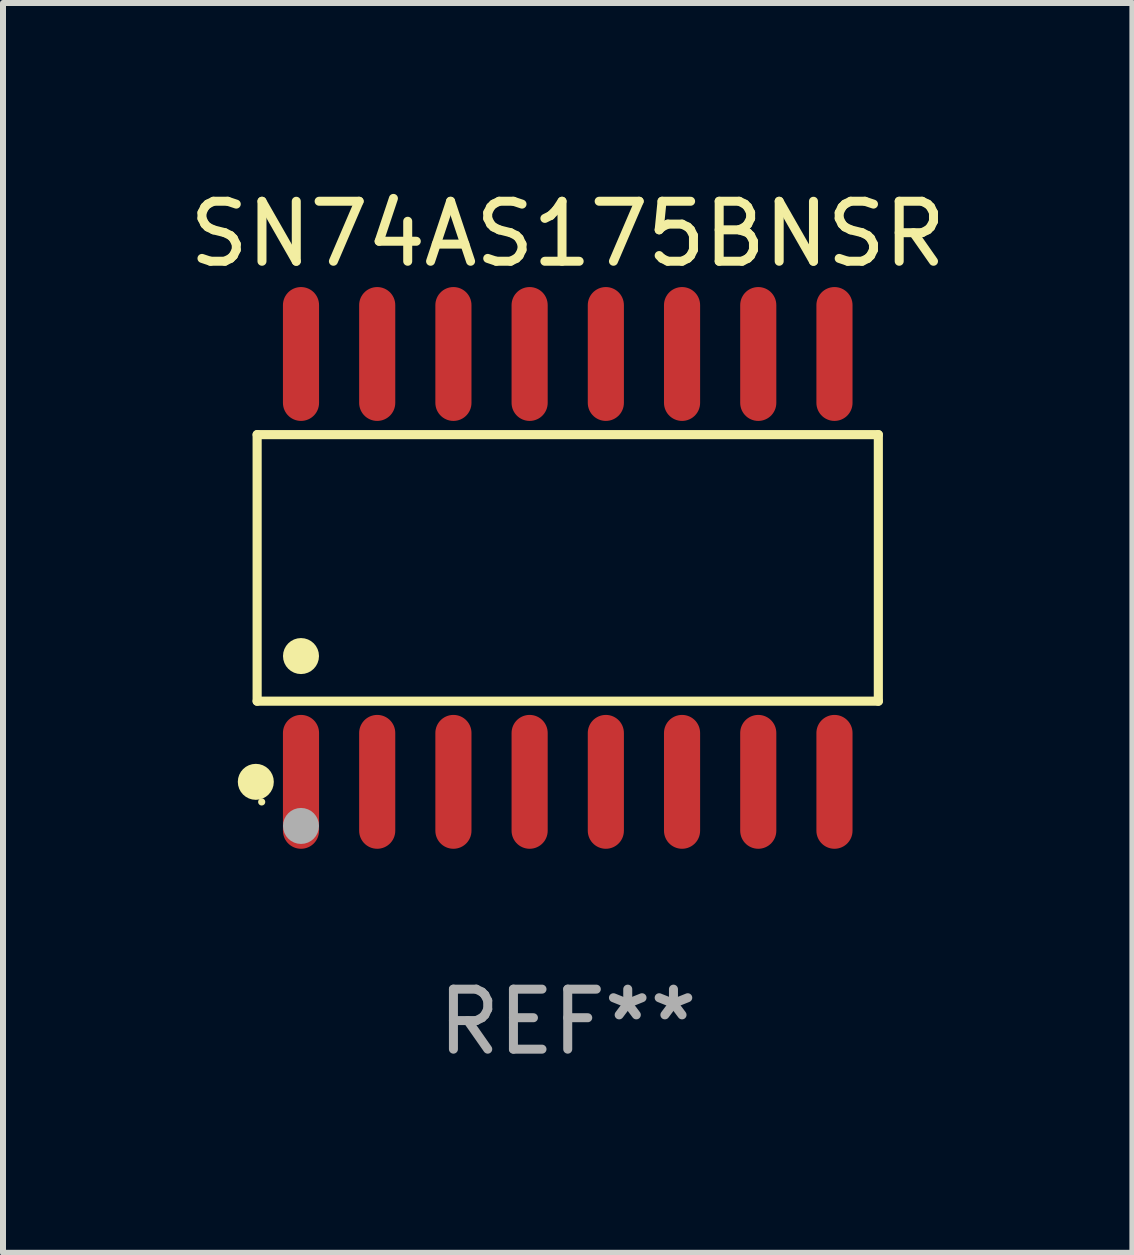
<source format=kicad_pcb>
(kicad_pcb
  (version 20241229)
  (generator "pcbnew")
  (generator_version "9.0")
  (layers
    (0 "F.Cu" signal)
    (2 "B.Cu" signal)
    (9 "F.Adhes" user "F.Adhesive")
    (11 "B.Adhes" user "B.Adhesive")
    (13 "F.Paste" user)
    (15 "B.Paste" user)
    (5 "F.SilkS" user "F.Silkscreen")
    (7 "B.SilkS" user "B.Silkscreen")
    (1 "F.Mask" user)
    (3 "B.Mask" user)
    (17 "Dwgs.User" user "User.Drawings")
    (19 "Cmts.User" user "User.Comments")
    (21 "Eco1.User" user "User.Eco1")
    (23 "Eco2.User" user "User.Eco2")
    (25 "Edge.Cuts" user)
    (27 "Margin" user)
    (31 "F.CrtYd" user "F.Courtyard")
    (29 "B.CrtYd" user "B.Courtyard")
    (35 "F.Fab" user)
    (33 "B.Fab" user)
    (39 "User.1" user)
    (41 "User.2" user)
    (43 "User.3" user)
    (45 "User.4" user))
  (footprint "SN74AS175BNSR"
    (layer "F.Cu")
    (at 6.411 6.414)
    (property "Reference" "SN74AS175BNSR" (at 0 -5.565 0) (layer "F.SilkS") (effects (font (size 1 1) (thickness 0.15))))
    (attr through_hole)
    (fp_line (start -5.176 -2.221) (end 5.176 -2.221) (stroke (width 0.152) (type solid)) (layer "F.SilkS"))
    (fp_line (start -5.176 2.221) (end -5.176 -2.221) (stroke (width 0.152) (type solid)) (layer "F.SilkS"))
    (fp_line (start 5.176 -2.221) (end 5.176 2.221) (stroke (width 0.152) (type solid)) (layer "F.SilkS"))
    (fp_line (start 5.176 2.221) (end -5.176 2.221) (stroke (width 0.152) (type solid)) (layer "F.SilkS"))
    (fp_circle (center -5.198 3.565) (end -5.048 3.565) (stroke (width 0.3) (type solid)) (fill no) (layer "F.SilkS"))
    (fp_circle (center -5.1 3.9) (end -5.07 3.9) (stroke (width 0.06) (type solid)) (fill no) (layer "F.SilkS"))
    (fp_circle (center -4.445 1.469) (end -4.295 1.469) (stroke (width 0.3) (type solid)) (fill no) (layer "F.SilkS"))
    (fp_circle (center -4.445 4.3) (end -4.295 4.3) (stroke (width 0.3) (type solid)) (fill no) (layer "F.Fab"))
    (fp_text user "REF**" (at 0 7.565 0) (layer "F.Fab") (effects (font (size 1 1) (thickness 0.15))))
    (pad "1" smd oval (at -4.445 3.565) (size 0.602 2.231) (layers "F.Cu" "F.Mask" "F.Paste"))
    (pad "2" smd oval (at -3.175 3.565) (size 0.602 2.231) (layers "F.Cu" "F.Mask" "F.Paste"))
    (pad "3" smd oval (at -1.905 3.565) (size 0.602 2.231) (layers "F.Cu" "F.Mask" "F.Paste"))
    (pad "4" smd oval (at -0.635 3.565) (size 0.602 2.231) (layers "F.Cu" "F.Mask" "F.Paste"))
    (pad "5" smd oval (at 0.635 3.565) (size 0.602 2.231) (layers "F.Cu" "F.Mask" "F.Paste"))
    (pad "6" smd oval (at 1.905 3.565) (size 0.602 2.231) (layers "F.Cu" "F.Mask" "F.Paste"))
    (pad "7" smd oval (at 3.175 3.565) (size 0.602 2.231) (layers "F.Cu" "F.Mask" "F.Paste"))
    (pad "8" smd oval (at 4.445 3.565) (size 0.602 2.231) (layers "F.Cu" "F.Mask" "F.Paste"))
    (pad "9" smd oval (at 4.445 -3.565) (size 0.602 2.231) (layers "F.Cu" "F.Mask" "F.Paste"))
    (pad "10" smd oval (at 3.175 -3.565) (size 0.602 2.231) (layers "F.Cu" "F.Mask" "F.Paste"))
    (pad "11" smd oval (at 1.905 -3.565) (size 0.602 2.231) (layers "F.Cu" "F.Mask" "F.Paste"))
    (pad "12" smd oval (at 0.635 -3.565) (size 0.602 2.231) (layers "F.Cu" "F.Mask" "F.Paste"))
    (pad "13" smd oval (at -0.635 -3.565) (size 0.602 2.231) (layers "F.Cu" "F.Mask" "F.Paste"))
    (pad "14" smd oval (at -1.905 -3.565) (size 0.602 2.231) (layers "F.Cu" "F.Mask" "F.Paste"))
    (pad "15" smd oval (at -3.175 -3.565) (size 0.602 2.231) (layers "F.Cu" "F.Mask" "F.Paste"))
    (pad "16" smd oval (at -4.445 -3.565) (size 0.602 2.231) (layers "F.Cu" "F.Mask" "F.Paste")))
  (gr_rect
    (start -3 -3)
    (end 15.821 17.827)
    (stroke (width 0.1) (type default))
    (fill no)
    (layer "Edge.Cuts")))
</source>
